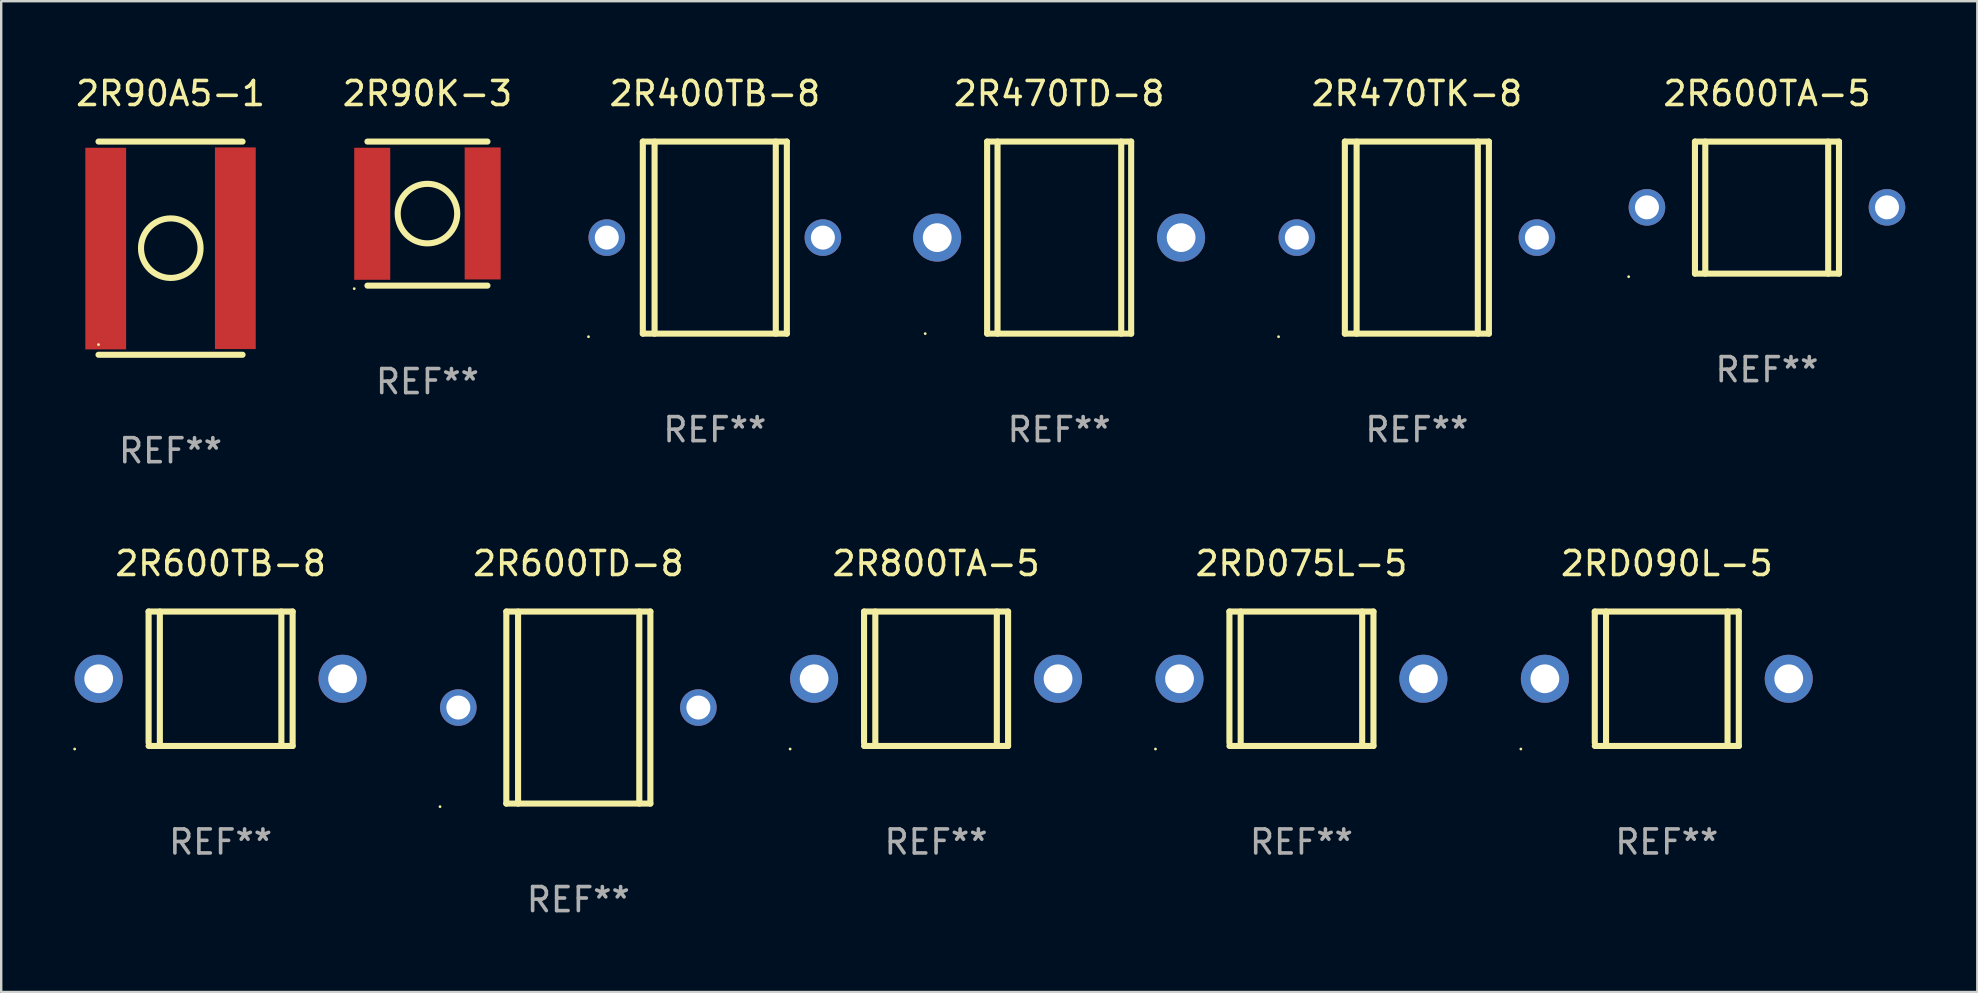
<source format=kicad_pcb>
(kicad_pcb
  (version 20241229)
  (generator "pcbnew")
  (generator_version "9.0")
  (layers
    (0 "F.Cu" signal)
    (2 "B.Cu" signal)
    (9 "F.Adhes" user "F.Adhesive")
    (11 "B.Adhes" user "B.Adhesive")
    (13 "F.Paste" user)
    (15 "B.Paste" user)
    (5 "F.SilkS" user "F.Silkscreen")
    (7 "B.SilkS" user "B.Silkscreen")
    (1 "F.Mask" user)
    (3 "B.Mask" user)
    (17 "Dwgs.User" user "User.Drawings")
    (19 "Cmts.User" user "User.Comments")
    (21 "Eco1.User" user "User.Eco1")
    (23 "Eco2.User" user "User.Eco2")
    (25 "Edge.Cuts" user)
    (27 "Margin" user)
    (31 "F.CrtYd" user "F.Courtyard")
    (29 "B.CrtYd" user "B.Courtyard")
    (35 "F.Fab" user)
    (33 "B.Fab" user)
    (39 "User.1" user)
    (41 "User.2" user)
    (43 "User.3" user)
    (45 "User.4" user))
  (footprint "2R90K-3"
    (layer "F.Cu")
    (at 14.756 5.848)
    (property "Reference" "2R90K-3" (at 0 -5 0) (layer "F.SilkS") (effects (font (size 1 1) (thickness 0.15))))
    (attr through_hole)
    (fp_line (start -2.5 -3) (end 2.5 -3) (stroke (width 0.254) (type solid)) (layer "F.SilkS"))
    (fp_line (start 2.5 3) (end -2.5 3) (stroke (width 0.254) (type solid)) (layer "F.SilkS"))
    (fp_circle (center -3.05 3.127) (end -3.02 3.127) (stroke (width 0.06) (type solid)) (fill no) (layer "F.SilkS"))
    (fp_circle (center 0.000127 0) (end 1.24 0) (stroke (width 0.254) (type solid)) (fill no) (layer "F.SilkS"))
    (fp_text user "REF**" (at 0 7 0) (layer "F.Fab") (effects (font (size 1 1) (thickness 0.15))))
    (pad "1" smd rect (at -2.3 0.007) (size 1.5 5.5) (layers "F.Cu" "F.Mask" "F.Paste"))
    (pad "2" smd rect (at 2.3 -0.007) (size 1.5 5.5) (layers "F.Cu" "F.Mask" "F.Paste")))
  (footprint "2R600TA-5"
    (layer "F.Cu")
    (at 70.557 5.599)
    (property "Reference" "2R600TA-5" (at 0 -4.751 0) (layer "F.SilkS") (effects (font (size 1 1) (thickness 0.15))))
    (attr through_hole)
    (fp_line (start -3 -2.75) (end 3 -2.75) (stroke (width 0.254) (type solid)) (layer "F.SilkS"))
    (fp_line (start -3 2.749) (end -3 -2.751) (stroke (width 0.254) (type solid)) (layer "F.SilkS"))
    (fp_line (start -2.57 2.749) (end -2.57 -2.751) (stroke (width 0.254) (type solid)) (layer "F.SilkS"))
    (fp_line (start 2.55 2.751) (end 2.55 -2.749) (stroke (width 0.254) (type solid)) (layer "F.SilkS"))
    (fp_line (start 3 -2.75) (end 3 2.75) (stroke (width 0.254) (type solid)) (layer "F.SilkS"))
    (fp_line (start 3 2.749) (end -3 2.749) (stroke (width 0.254) (type solid)) (layer "F.SilkS"))
    (fp_circle (center -5.762 2.878) (end -5.732 2.878) (stroke (width 0.06) (type solid)) (fill no) (layer "F.SilkS"))
    (fp_text user "REF**" (at 0 6.751 0) (layer "F.Fab") (effects (font (size 1 1) (thickness 0.15))))
    (pad "1" thru_hole circle (at -5 -0.011) (size 1.524 1.524) (drill 1) (layers "*.Cu" "*.Mask"))
    (pad "2" thru_hole circle (at 5 -0.011) (size 1.524 1.524) (drill 1) (layers "*.Cu" "*.Mask")))
  (footprint "2R470TD-8"
    (layer "F.Cu")
    (at 41.071 6.848)
    (property "Reference" "2R470TD-8" (at 0 -6 0) (layer "F.SilkS") (effects (font (size 1 1) (thickness 0.15))))
    (attr through_hole)
    (fp_line (start -3 -4) (end -3 4) (stroke (width 0.254) (type solid)) (layer "F.SilkS"))
    (fp_line (start -3 -4) (end 3 -4) (stroke (width 0.254) (type solid)) (layer "F.SilkS"))
    (fp_line (start -3 4) (end 3 4) (stroke (width 0.254) (type solid)) (layer "F.SilkS"))
    (fp_line (start -2.567 -4) (end -2.567 4) (stroke (width 0.254) (type solid)) (layer "F.SilkS"))
    (fp_line (start 2.586 -4) (end 2.586 4) (stroke (width 0.254) (type solid)) (layer "F.SilkS"))
    (fp_line (start 3 -4) (end 3 4) (stroke (width 0.254) (type solid)) (layer "F.SilkS"))
    (fp_circle (center -5.58 4) (end -5.55 4) (stroke (width 0.06) (type solid)) (fill no) (layer "F.SilkS"))
    (fp_text user "REF**" (at 0 8 0) (layer "F.Fab") (effects (font (size 1 1) (thickness 0.15))))
    (pad "1" thru_hole circle (at -5.08 0) (size 2 2) (drill 1.2) (layers "*.Cu" "*.Mask"))
    (pad "2" thru_hole circle (at 5.08 0) (size 2 2) (drill 1.2) (layers "*.Cu" "*.Mask")))
  (footprint "2R800TA-5"
    (layer "F.Cu")
    (at 35.944 25.225)
    (property "Reference" "2R800TA-5" (at 0 -4.8 0) (layer "F.SilkS") (effects (font (size 1 1) (thickness 0.15))))
    (attr through_hole)
    (fp_line (start -3 -2.8) (end -3 2.667) (stroke (width 0.254) (type solid)) (layer "F.SilkS"))
    (fp_line (start -3 -2.8) (end 3 -2.8) (stroke (width 0.254) (type solid)) (layer "F.SilkS"))
    (fp_line (start -3 2.8) (end 3 2.8) (stroke (width 0.254) (type solid)) (layer "F.SilkS"))
    (fp_line (start -2.531 -2.8) (end -2.531 2.8) (stroke (width 0.254) (type solid)) (layer "F.SilkS"))
    (fp_line (start 2.531 -2.8) (end 2.531 2.8) (stroke (width 0.254) (type solid)) (layer "F.SilkS"))
    (fp_line (start 3 -2.8) (end 3 2.8) (stroke (width 0.254) (type solid)) (layer "F.SilkS"))
    (fp_circle (center -6.08 2.927) (end -6.05 2.927) (stroke (width 0.06) (type solid)) (fill no) (layer "F.SilkS"))
    (fp_text user "REF**" (at 0 6.8 0) (layer "F.Fab") (effects (font (size 1 1) (thickness 0.15))))
    (pad "1" thru_hole circle (at -5.08 0) (size 2 2) (drill 1.2) (layers "*.Cu" "*.Mask"))
    (pad "2" thru_hole circle (at 5.08 0) (size 2 2) (drill 1.2) (layers "*.Cu" "*.Mask")))
  (footprint "2R600TB-8"
    (layer "F.Cu")
    (at 6.14 25.225)
    (property "Reference" "2R600TB-8" (at 0 -4.8 0) (layer "F.SilkS") (effects (font (size 1 1) (thickness 0.15))))
    (attr through_hole)
    (fp_line (start -3 -2.8) (end -3 2.667) (stroke (width 0.254) (type solid)) (layer "F.SilkS"))
    (fp_line (start -3 -2.8) (end 3 -2.8) (stroke (width 0.254) (type solid)) (layer "F.SilkS"))
    (fp_line (start -3 2.8) (end 3 2.8) (stroke (width 0.254) (type solid)) (layer "F.SilkS"))
    (fp_line (start -2.531 -2.8) (end -2.531 2.8) (stroke (width 0.254) (type solid)) (layer "F.SilkS"))
    (fp_line (start 2.531 -2.8) (end 2.531 2.8) (stroke (width 0.254) (type solid)) (layer "F.SilkS"))
    (fp_line (start 3 -2.8) (end 3 2.8) (stroke (width 0.254) (type solid)) (layer "F.SilkS"))
    (fp_circle (center -6.08 2.927) (end -6.05 2.927) (stroke (width 0.06) (type solid)) (fill no) (layer "F.SilkS"))
    (fp_text user "REF**" (at 0 6.8 0) (layer "F.Fab") (effects (font (size 1 1) (thickness 0.15))))
    (pad "1" thru_hole circle (at -5.08 0) (size 2 2) (drill 1.2) (layers "*.Cu" "*.Mask"))
    (pad "2" thru_hole circle (at 5.08 0) (size 2 2) (drill 1.2) (layers "*.Cu" "*.Mask")))
  (footprint "2R90A5-1"
    (layer "F.Cu")
    (at 4.054 7.288)
    (property "Reference" "2R90A5-1" (at 0 -6.44 0) (layer "F.SilkS") (effects (font (size 1 1) (thickness 0.15))))
    (attr through_hole)
    (fp_line (start -3 -4.44) (end 3 -4.44) (stroke (width 0.254) (type solid)) (layer "F.SilkS"))
    (fp_line (start 3 4.44) (end -3 4.44) (stroke (width 0.254) (type solid)) (layer "F.SilkS"))
    (fp_circle (center -3 4.017) (end -2.97 4.017) (stroke (width 0.06) (type solid)) (fill no) (layer "F.SilkS"))
    (fp_circle (center 0.01 0.000102) (end 1.25 0.000102) (stroke (width 0.254) (type solid)) (fill no) (layer "F.SilkS"))
    (fp_text user "REF**" (at 0 8.44 0) (layer "F.Fab") (effects (font (size 1 1) (thickness 0.15))))
    (pad "1" smd rect (at -2.7 0.017) (size 1.7 8.4) (layers "F.Cu" "F.Mask" "F.Paste"))
    (pad "2" smd rect (at 2.7 0.003) (size 1.7 8.4) (layers "F.Cu" "F.Mask" "F.Paste")))
  (footprint "2R400TB-8"
    (layer "F.Cu")
    (at 26.728 6.849)
    (property "Reference" "2R400TB-8" (at 0 -6.001 0) (layer "F.SilkS") (effects (font (size 1 1) (thickness 0.15))))
    (attr through_hole)
    (fp_line (start -3 -4.001) (end -3 3.999) (stroke (width 0.254) (type solid)) (layer "F.SilkS"))
    (fp_line (start -3 -4.001) (end 3 -4.001) (stroke (width 0.254) (type solid)) (layer "F.SilkS"))
    (fp_line (start -2.51 4.001) (end -2.51 -3.999) (stroke (width 0.254) (type solid)) (layer "F.SilkS"))
    (fp_line (start 2.539 3.999) (end 2.539 -4.001) (stroke (width 0.254) (type solid)) (layer "F.SilkS"))
    (fp_line (start 3 3.999) (end -3 3.999) (stroke (width 0.254) (type solid)) (layer "F.SilkS"))
    (fp_line (start 3 3.999) (end 3 -4.001) (stroke (width 0.254) (type solid)) (layer "F.SilkS"))
    (fp_circle (center -5.263 4.128) (end -5.233 4.128) (stroke (width 0.06) (type solid)) (fill no) (layer "F.SilkS"))
    (fp_text user "REF**" (at 0 8.001 0) (layer "F.Fab") (effects (font (size 1 1) (thickness 0.15))))
    (pad "1" thru_hole circle (at -4.501 -0.001) (size 1.524 1.524) (drill 1) (layers "*.Cu" "*.Mask"))
    (pad "2" thru_hole circle (at 4.501 -0.001) (size 1.524 1.524) (drill 1) (layers "*.Cu" "*.Mask")))
  (footprint "2R470TK-8"
    (layer "F.Cu")
    (at 55.973 6.849)
    (property "Reference" "2R470TK-8" (at 0 -6.001 0) (layer "F.SilkS") (effects (font (size 1 1) (thickness 0.15))))
    (attr through_hole)
    (fp_line (start -3 -4.001) (end -3 3.999) (stroke (width 0.254) (type solid)) (layer "F.SilkS"))
    (fp_line (start -3 -4.001) (end 3 -4.001) (stroke (width 0.254) (type solid)) (layer "F.SilkS"))
    (fp_line (start -2.51 4.001) (end -2.51 -3.999) (stroke (width 0.254) (type solid)) (layer "F.SilkS"))
    (fp_line (start 2.539 3.999) (end 2.539 -4.001) (stroke (width 0.254) (type solid)) (layer "F.SilkS"))
    (fp_line (start 3 3.999) (end -3 3.999) (stroke (width 0.254) (type solid)) (layer "F.SilkS"))
    (fp_line (start 3 3.999) (end 3 -4.001) (stroke (width 0.254) (type solid)) (layer "F.SilkS"))
    (fp_circle (center -5.762 4.128) (end -5.732 4.128) (stroke (width 0.06) (type solid)) (fill no) (layer "F.SilkS"))
    (fp_text user "REF**" (at 0 8.001 0) (layer "F.Fab") (effects (font (size 1 1) (thickness 0.15))))
    (pad "1" thru_hole circle (at -5 -0.001) (size 1.524 1.524) (drill 1) (layers "*.Cu" "*.Mask"))
    (pad "2" thru_hole circle (at 5 -0.001) (size 1.524 1.524) (drill 1) (layers "*.Cu" "*.Mask")))
  (footprint "2RD090L-5"
    (layer "F.Cu")
    (at 66.384 25.225)
    (property "Reference" "2RD090L-5" (at 0 -4.8 0) (layer "F.SilkS") (effects (font (size 1 1) (thickness 0.15))))
    (attr through_hole)
    (fp_line (start -3 -2.8) (end -3 2.667) (stroke (width 0.254) (type solid)) (layer "F.SilkS"))
    (fp_line (start -3 -2.8) (end 3 -2.8) (stroke (width 0.254) (type solid)) (layer "F.SilkS"))
    (fp_line (start -3 2.8) (end 3 2.8) (stroke (width 0.254) (type solid)) (layer "F.SilkS"))
    (fp_line (start -2.531 -2.8) (end -2.531 2.8) (stroke (width 0.254) (type solid)) (layer "F.SilkS"))
    (fp_line (start 2.531 -2.8) (end 2.531 2.8) (stroke (width 0.254) (type solid)) (layer "F.SilkS"))
    (fp_line (start 3 -2.8) (end 3 2.8) (stroke (width 0.254) (type solid)) (layer "F.SilkS"))
    (fp_circle (center -6.08 2.927) (end -6.05 2.927) (stroke (width 0.06) (type solid)) (fill no) (layer "F.SilkS"))
    (fp_text user "REF**" (at 0 6.8 0) (layer "F.Fab") (effects (font (size 1 1) (thickness 0.15))))
    (pad "1" thru_hole circle (at -5.08 0) (size 2 2) (drill 1.2) (layers "*.Cu" "*.Mask"))
    (pad "2" thru_hole circle (at 5.08 0) (size 2 2) (drill 1.2) (layers "*.Cu" "*.Mask")))
  (footprint "2R600TD-8"
    (layer "F.Cu")
    (at 21.042 26.426)
    (property "Reference" "2R600TD-8" (at 0 -6.001 0) (layer "F.SilkS") (effects (font (size 1 1) (thickness 0.15))))
    (attr through_hole)
    (fp_line (start -3 -4.001) (end -3 3.999) (stroke (width 0.254) (type solid)) (layer "F.SilkS"))
    (fp_line (start -3 -4.001) (end 3 -4.001) (stroke (width 0.254) (type solid)) (layer "F.SilkS"))
    (fp_line (start -2.51 4.001) (end -2.51 -3.999) (stroke (width 0.254) (type solid)) (layer "F.SilkS"))
    (fp_line (start 2.539 3.999) (end 2.539 -4.001) (stroke (width 0.254) (type solid)) (layer "F.SilkS"))
    (fp_line (start 3 3.999) (end -3 3.999) (stroke (width 0.254) (type solid)) (layer "F.SilkS"))
    (fp_line (start 3 3.999) (end 3 -4.001) (stroke (width 0.254) (type solid)) (layer "F.SilkS"))
    (fp_circle (center -5.762 4.128) (end -5.732 4.128) (stroke (width 0.06) (type solid)) (fill no) (layer "F.SilkS"))
    (fp_text user "REF**" (at 0 8.001 0) (layer "F.Fab") (effects (font (size 1 1) (thickness 0.15))))
    (pad "1" thru_hole circle (at -5 -0.001) (size 1.524 1.524) (drill 1) (layers "*.Cu" "*.Mask"))
    (pad "2" thru_hole circle (at 5 -0.001) (size 1.524 1.524) (drill 1) (layers "*.Cu" "*.Mask")))
  (footprint "2RD075L-5"
    (layer "F.Cu")
    (at 51.164 25.225)
    (property "Reference" "2RD075L-5" (at 0 -4.8 0) (layer "F.SilkS") (effects (font (size 1 1) (thickness 0.15))))
    (attr through_hole)
    (fp_line (start -3 -2.8) (end -3 2.667) (stroke (width 0.254) (type solid)) (layer "F.SilkS"))
    (fp_line (start -3 -2.8) (end 3 -2.8) (stroke (width 0.254) (type solid)) (layer "F.SilkS"))
    (fp_line (start -3 2.8) (end 3 2.8) (stroke (width 0.254) (type solid)) (layer "F.SilkS"))
    (fp_line (start -2.531 -2.8) (end -2.531 2.8) (stroke (width 0.254) (type solid)) (layer "F.SilkS"))
    (fp_line (start 2.531 -2.8) (end 2.531 2.8) (stroke (width 0.254) (type solid)) (layer "F.SilkS"))
    (fp_line (start 3 -2.8) (end 3 2.8) (stroke (width 0.254) (type solid)) (layer "F.SilkS"))
    (fp_circle (center -6.08 2.927) (end -6.05 2.927) (stroke (width 0.06) (type solid)) (fill no) (layer "F.SilkS"))
    (fp_text user "REF**" (at 0 6.8 0) (layer "F.Fab") (effects (font (size 1 1) (thickness 0.15))))
    (pad "1" thru_hole circle (at -5.08 0) (size 2 2) (drill 1.2) (layers "*.Cu" "*.Mask"))
    (pad "2" thru_hole circle (at 5.08 0) (size 2 2) (drill 1.2) (layers "*.Cu" "*.Mask")))
  (gr_rect
    (start -3 -3)
    (end 79.319 38.275)
    (stroke (width 0.1) (type default))
    (fill no)
    (layer "Edge.Cuts")))
</source>
